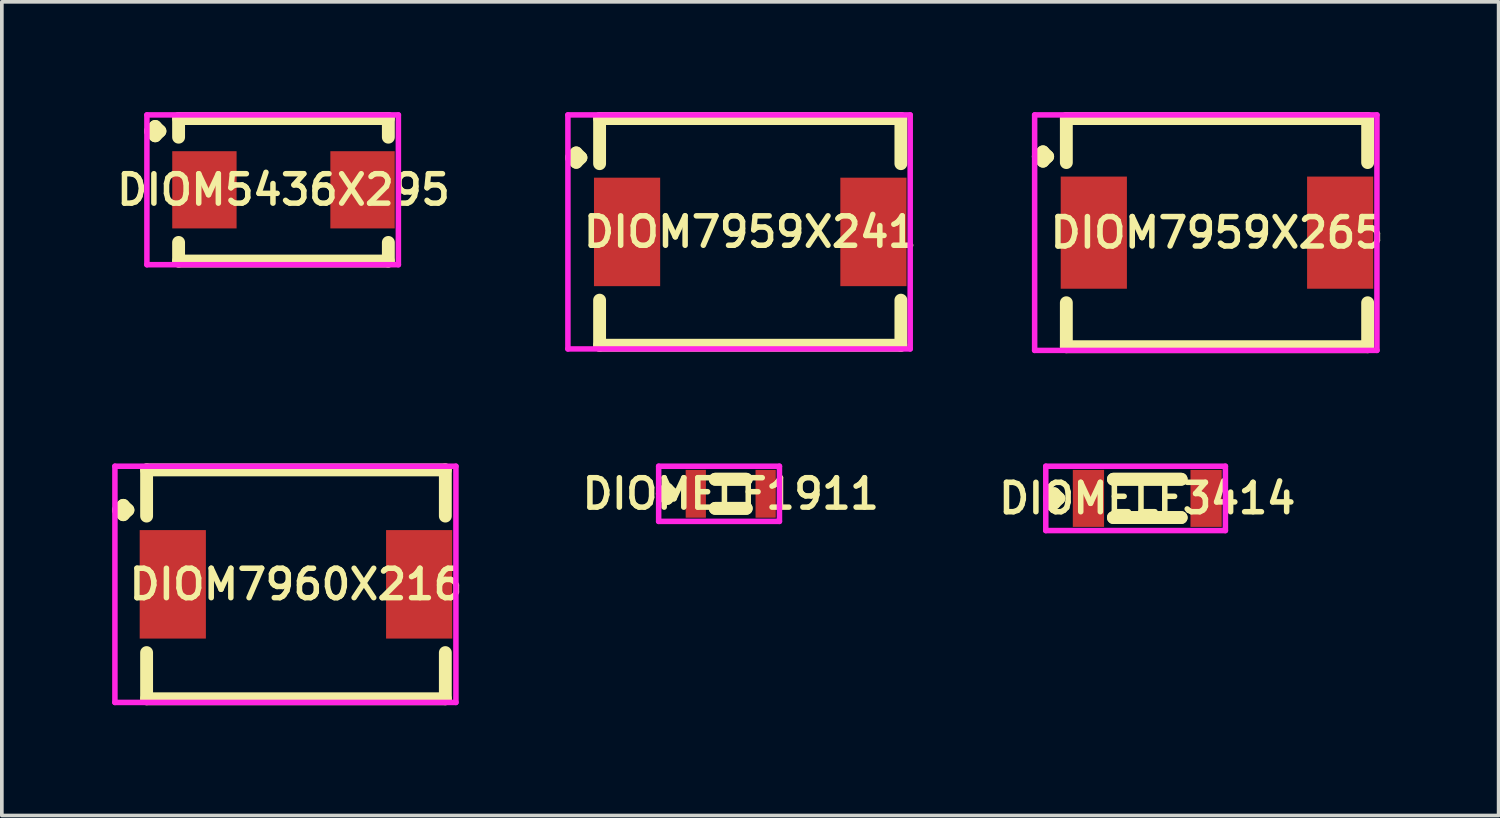
<source format=kicad_pcb>
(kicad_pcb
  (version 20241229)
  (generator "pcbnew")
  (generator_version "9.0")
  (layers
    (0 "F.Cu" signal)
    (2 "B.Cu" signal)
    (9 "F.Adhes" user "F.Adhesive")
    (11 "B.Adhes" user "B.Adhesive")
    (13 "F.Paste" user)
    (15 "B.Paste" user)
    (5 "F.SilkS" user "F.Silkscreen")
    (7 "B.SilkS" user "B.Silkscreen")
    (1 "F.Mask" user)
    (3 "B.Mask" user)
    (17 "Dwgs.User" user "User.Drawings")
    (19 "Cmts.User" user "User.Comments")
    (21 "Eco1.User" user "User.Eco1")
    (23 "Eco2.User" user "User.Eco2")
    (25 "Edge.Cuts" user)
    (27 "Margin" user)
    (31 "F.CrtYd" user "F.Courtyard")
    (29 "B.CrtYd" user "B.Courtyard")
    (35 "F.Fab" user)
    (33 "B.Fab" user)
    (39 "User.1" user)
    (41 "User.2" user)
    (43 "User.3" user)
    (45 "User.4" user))
  (footprint "DIOM7959X241"
    (layer "F.Cu")
    (at 17.353 3.257)
    (property "Reference" "DIOM7959X241" (at 0 0 0) (layer "F.SilkS") (effects (font (size 0.8 0.8) (thickness 0.15))))
    (attr smd)
    (fp_line (start -4.859 -2.021) (end -4.732 -2.148) (stroke (width 0.35) (type solid)) (layer "F.SilkS"))
    (fp_line (start -4.732 -2.148) (end -4.605 -2.021) (stroke (width 0.35) (type solid)) (layer "F.SilkS"))
    (fp_line (start -4.732 -1.894) (end -4.859 -2.021) (stroke (width 0.35) (type solid)) (layer "F.SilkS"))
    (fp_line (start -4.605 -2.021) (end -4.732 -1.894) (stroke (width 0.35) (type solid)) (layer "F.SilkS"))
    (fp_line (start -4.097 -3.082) (end 4.097 -3.082) (stroke (width 0.35) (type solid)) (layer "F.SilkS"))
    (fp_line (start -4.097 -1.856) (end -4.097 -3.082) (stroke (width 0.35) (type solid)) (layer "F.SilkS"))
    (fp_line (start -4.097 1.856) (end -4.097 3.082) (stroke (width 0.35) (type solid)) (layer "F.SilkS"))
    (fp_line (start -4.097 3.082) (end 4.097 3.082) (stroke (width 0.35) (type solid)) (layer "F.SilkS"))
    (fp_line (start 4.097 -3.082) (end 4.097 -1.856) (stroke (width 0.35) (type solid)) (layer "F.SilkS"))
    (fp_line (start 4.097 3.082) (end 4.097 1.856) (stroke (width 0.35) (type solid)) (layer "F.SilkS"))
    (fp_line (start -4.959 -3.182) (end 4.35 -3.182) (stroke (width 0.15) (type solid)) (layer "F.CrtYd"))
    (fp_line (start -4.959 3.182) (end -4.959 -3.182) (stroke (width 0.15) (type solid)) (layer "F.CrtYd"))
    (fp_line (start 4.35 -3.182) (end 4.35 3.182) (stroke (width 0.15) (type solid)) (layer "F.CrtYd"))
    (fp_line (start 4.35 3.182) (end -4.959 3.182) (stroke (width 0.15) (type solid)) (layer "F.CrtYd"))
    (pad "1" smd rect (at -3.35 0) (size 1.8 2.95) (layers "F.Cu" "F.Mask" "F.Paste"))
    (pad "2" smd rect (at 3.35 0) (size 1.8 2.95) (layers "F.Cu" "F.Mask" "F.Paste")))
  (footprint "DIOM7959X265"
    (layer "F.Cu")
    (at 30.046 3.277)
    (property "Reference" "DIOM7959X265" (at 0 0 0) (layer "F.SilkS") (effects (font (size 0.8 0.8) (thickness 0.15))))
    (attr smd)
    (fp_line (start -4.859 -2.071) (end -4.732 -2.198) (stroke (width 0.35) (type solid)) (layer "F.SilkS"))
    (fp_line (start -4.732 -2.198) (end -4.605 -2.071) (stroke (width 0.35) (type solid)) (layer "F.SilkS"))
    (fp_line (start -4.732 -1.944) (end -4.859 -2.071) (stroke (width 0.35) (type solid)) (layer "F.SilkS"))
    (fp_line (start -4.605 -2.071) (end -4.732 -1.944) (stroke (width 0.35) (type solid)) (layer "F.SilkS"))
    (fp_line (start -4.097 -3.102) (end 4.097 -3.102) (stroke (width 0.35) (type solid)) (layer "F.SilkS"))
    (fp_line (start -4.097 -1.906) (end -4.097 -3.102) (stroke (width 0.35) (type solid)) (layer "F.SilkS"))
    (fp_line (start -4.097 1.906) (end -4.097 3.102) (stroke (width 0.35) (type solid)) (layer "F.SilkS"))
    (fp_line (start -4.097 3.102) (end 4.097 3.102) (stroke (width 0.35) (type solid)) (layer "F.SilkS"))
    (fp_line (start 4.097 -3.102) (end 4.097 -1.906) (stroke (width 0.35) (type solid)) (layer "F.SilkS"))
    (fp_line (start 4.097 3.102) (end 4.097 1.906) (stroke (width 0.35) (type solid)) (layer "F.SilkS"))
    (fp_line (start -4.959 -3.202) (end 4.35 -3.202) (stroke (width 0.15) (type solid)) (layer "F.CrtYd"))
    (fp_line (start -4.959 3.202) (end -4.959 -3.202) (stroke (width 0.15) (type solid)) (layer "F.CrtYd"))
    (fp_line (start 4.35 -3.202) (end 4.35 3.202) (stroke (width 0.15) (type solid)) (layer "F.CrtYd"))
    (fp_line (start 4.35 3.202) (end -4.959 3.202) (stroke (width 0.15) (type solid)) (layer "F.CrtYd"))
    (pad "1" smd rect (at -3.35 0) (size 1.8 3.05) (layers "F.Cu" "F.Mask" "F.Paste"))
    (pad "2" smd rect (at 3.35 0) (size 1.8 3.05) (layers "F.Cu" "F.Mask" "F.Paste")))
  (footprint "DIOM7960X216"
    (layer "F.Cu")
    (at 4.999 12.841)
    (property "Reference" "DIOM7960X216" (at 0 0 0) (layer "F.SilkS") (effects (font (size 0.8 0.8) (thickness 0.15))))
    (attr through_hole)
    (fp_line (start -4.824 -2.021) (end -4.697 -2.148) (stroke (width 0.35) (type solid)) (layer "F.SilkS"))
    (fp_line (start -4.697 -2.148) (end -4.57 -2.021) (stroke (width 0.35) (type solid)) (layer "F.SilkS"))
    (fp_line (start -4.697 -1.894) (end -4.824 -2.021) (stroke (width 0.35) (type solid)) (layer "F.SilkS"))
    (fp_line (start -4.57 -2.021) (end -4.697 -1.894) (stroke (width 0.35) (type solid)) (layer "F.SilkS"))
    (fp_line (start -4.062 -3.112) (end 4.062 -3.112) (stroke (width 0.35) (type solid)) (layer "F.SilkS"))
    (fp_line (start -4.062 -1.856) (end -4.062 -3.112) (stroke (width 0.35) (type solid)) (layer "F.SilkS"))
    (fp_line (start -4.062 1.856) (end -4.062 3.112) (stroke (width 0.35) (type solid)) (layer "F.SilkS"))
    (fp_line (start -4.062 3.112) (end 4.062 3.112) (stroke (width 0.35) (type solid)) (layer "F.SilkS"))
    (fp_line (start 4.062 -3.112) (end 4.062 -1.856) (stroke (width 0.35) (type solid)) (layer "F.SilkS"))
    (fp_line (start 4.062 3.112) (end 4.062 1.856) (stroke (width 0.35) (type solid)) (layer "F.SilkS"))
    (fp_line (start -4.924 -3.212) (end 4.35 -3.212) (stroke (width 0.15) (type solid)) (layer "F.CrtYd"))
    (fp_line (start -4.924 3.212) (end -4.924 -3.212) (stroke (width 0.15) (type solid)) (layer "F.CrtYd"))
    (fp_line (start 4.35 -3.212) (end 4.35 3.212) (stroke (width 0.15) (type solid)) (layer "F.CrtYd"))
    (fp_line (start 4.35 3.212) (end -4.924 3.212) (stroke (width 0.15) (type solid)) (layer "F.CrtYd"))
    (pad "1" smd rect (at -3.35 0) (size 1.8 2.95) (layers "F.Cu" "F.Mask" "F.Paste"))
    (pad "2" smd rect (at 3.35 0) (size 1.8 2.95) (layers "F.Cu" "F.Mask" "F.Paste")))
  (footprint "DIOM5436X295"
    (layer "F.Cu")
    (at 4.659 2.112)
    (property "Reference" "DIOM5436X295" (at 0 0 0) (layer "F.SilkS") (effects (font (size 0.8 0.8) (thickness 0.15))))
    (attr through_hole)
    (fp_line (start -3.614 -1.596) (end -3.487 -1.723) (stroke (width 0.35) (type solid)) (layer "F.SilkS"))
    (fp_line (start -3.487 -1.723) (end -3.36 -1.596) (stroke (width 0.35) (type solid)) (layer "F.SilkS"))
    (fp_line (start -3.487 -1.469) (end -3.614 -1.596) (stroke (width 0.35) (type solid)) (layer "F.SilkS"))
    (fp_line (start -3.36 -1.596) (end -3.487 -1.469) (stroke (width 0.35) (type solid)) (layer "F.SilkS"))
    (fp_line (start -2.852 -1.937) (end 2.852 -1.937) (stroke (width 0.35) (type solid)) (layer "F.SilkS"))
    (fp_line (start -2.852 -1.431) (end -2.852 -1.937) (stroke (width 0.35) (type solid)) (layer "F.SilkS"))
    (fp_line (start -2.852 1.431) (end -2.852 1.937) (stroke (width 0.35) (type solid)) (layer "F.SilkS"))
    (fp_line (start -2.852 1.937) (end 2.852 1.937) (stroke (width 0.35) (type solid)) (layer "F.SilkS"))
    (fp_line (start 2.852 -1.937) (end 2.852 -1.431) (stroke (width 0.35) (type solid)) (layer "F.SilkS"))
    (fp_line (start 2.852 1.937) (end 2.852 1.431) (stroke (width 0.35) (type solid)) (layer "F.SilkS"))
    (fp_line (start -3.714 -2.037) (end 3.125 -2.037) (stroke (width 0.15) (type solid)) (layer "F.CrtYd"))
    (fp_line (start -3.714 2.037) (end -3.714 -2.037) (stroke (width 0.15) (type solid)) (layer "F.CrtYd"))
    (fp_line (start 3.125 -2.037) (end 3.125 2.037) (stroke (width 0.15) (type solid)) (layer "F.CrtYd"))
    (fp_line (start 3.125 2.037) (end -3.714 2.037) (stroke (width 0.15) (type solid)) (layer "F.CrtYd"))
    (pad "1" smd rect (at -2.15 0) (size 1.75 2.1) (layers "F.Cu" "F.Mask" "F.Paste"))
    (pad "2" smd rect (at 2.15 0) (size 1.75 2.1) (layers "F.Cu" "F.Mask" "F.Paste")))
  (footprint "DIOMELF3414"
    (layer "F.Cu")
    (at 28.15 10.504)
    (property "Reference" "DIOMELF3414" (at 0 0 0) (layer "F.SilkS") (effects (font (size 0.8 0.8) (thickness 0.15))))
    (attr smd)
    (fp_line (start -2.66 0) (end -2.533 -0.127) (stroke (width 0.35) (type solid)) (layer "F.SilkS"))
    (fp_line (start -2.533 -0.127) (end -2.406 0) (stroke (width 0.35) (type solid)) (layer "F.SilkS"))
    (fp_line (start -2.533 0.127) (end -2.66 0) (stroke (width 0.35) (type solid)) (layer "F.SilkS"))
    (fp_line (start -2.406 0) (end -2.533 0.127) (stroke (width 0.35) (type solid)) (layer "F.SilkS"))
    (fp_line (start -0.921 -0.521) (end 0.921 -0.521) (stroke (width 0.35) (type solid)) (layer "F.SilkS"))
    (fp_line (start -0.921 0.521) (end 0.921 0.521) (stroke (width 0.35) (type solid)) (layer "F.SilkS"))
    (fp_line (start 0.921 -0.521) (end -0.921 -0.521) (stroke (width 0.35) (type solid)) (layer "F.SilkS"))
    (fp_line (start 0.921 0.521) (end -0.921 0.521) (stroke (width 0.35) (type solid)) (layer "F.SilkS"))
    (fp_line (start -2.76 -0.875) (end 2.125 -0.875) (stroke (width 0.15) (type solid)) (layer "F.CrtYd"))
    (fp_line (start -2.76 0.875) (end -2.76 -0.875) (stroke (width 0.15) (type solid)) (layer "F.CrtYd"))
    (fp_line (start 2.125 -0.875) (end 2.125 0.875) (stroke (width 0.15) (type solid)) (layer "F.CrtYd"))
    (fp_line (start 2.125 0.875) (end -2.76 0.875) (stroke (width 0.15) (type solid)) (layer "F.CrtYd"))
    (pad "1" smd rect (at -1.6 0) (size 0.85 1.55) (layers "F.Cu" "F.Mask" "F.Paste"))
    (pad "2" smd rect (at 1.6 0) (size 0.85 1.55) (layers "F.Cu" "F.Mask" "F.Paste")))
  (footprint "DIOMELF1911"
    (layer "F.Cu")
    (at 16.822 10.379)
    (property "Reference" "DIOMELF1911" (at 0 0 0) (layer "F.SilkS") (effects (font (size 0.8 0.8) (thickness 0.15))))
    (attr smd)
    (fp_line (start -1.86 0) (end -1.733 -0.127) (stroke (width 0.35) (type solid)) (layer "F.SilkS"))
    (fp_line (start -1.733 -0.127) (end -1.606 0) (stroke (width 0.35) (type solid)) (layer "F.SilkS"))
    (fp_line (start -1.733 0.127) (end -1.86 0) (stroke (width 0.35) (type solid)) (layer "F.SilkS"))
    (fp_line (start -1.606 0) (end -1.733 0.127) (stroke (width 0.35) (type solid)) (layer "F.SilkS"))
    (fp_line (start -0.421 -0.396) (end 0.421 -0.396) (stroke (width 0.35) (type solid)) (layer "F.SilkS"))
    (fp_line (start -0.421 0.396) (end 0.421 0.396) (stroke (width 0.35) (type solid)) (layer "F.SilkS"))
    (fp_line (start 0.421 -0.396) (end -0.421 -0.396) (stroke (width 0.35) (type solid)) (layer "F.SilkS"))
    (fp_line (start 0.421 0.396) (end -0.421 0.396) (stroke (width 0.35) (type solid)) (layer "F.SilkS"))
    (fp_line (start -1.96 -0.75) (end 1.325 -0.75) (stroke (width 0.15) (type solid)) (layer "F.CrtYd"))
    (fp_line (start -1.96 0.75) (end -1.96 -0.75) (stroke (width 0.15) (type solid)) (layer "F.CrtYd"))
    (fp_line (start 1.325 -0.75) (end 1.325 0.75) (stroke (width 0.15) (type solid)) (layer "F.CrtYd"))
    (fp_line (start 1.325 0.75) (end -1.96 0.75) (stroke (width 0.15) (type solid)) (layer "F.CrtYd"))
    (pad "1" smd rect (at -0.95 0) (size 0.55 1.3) (layers "F.Cu" "F.Mask" "F.Paste"))
    (pad "2" smd rect (at 0.95 0) (size 0.55 1.3) (layers "F.Cu" "F.Mask" "F.Paste")))
  (gr_rect
    (start -3 -3)
    (end 37.705 19.128)
    (stroke (width 0.1) (type default))
    (fill no)
    (layer "Edge.Cuts")))
</source>
